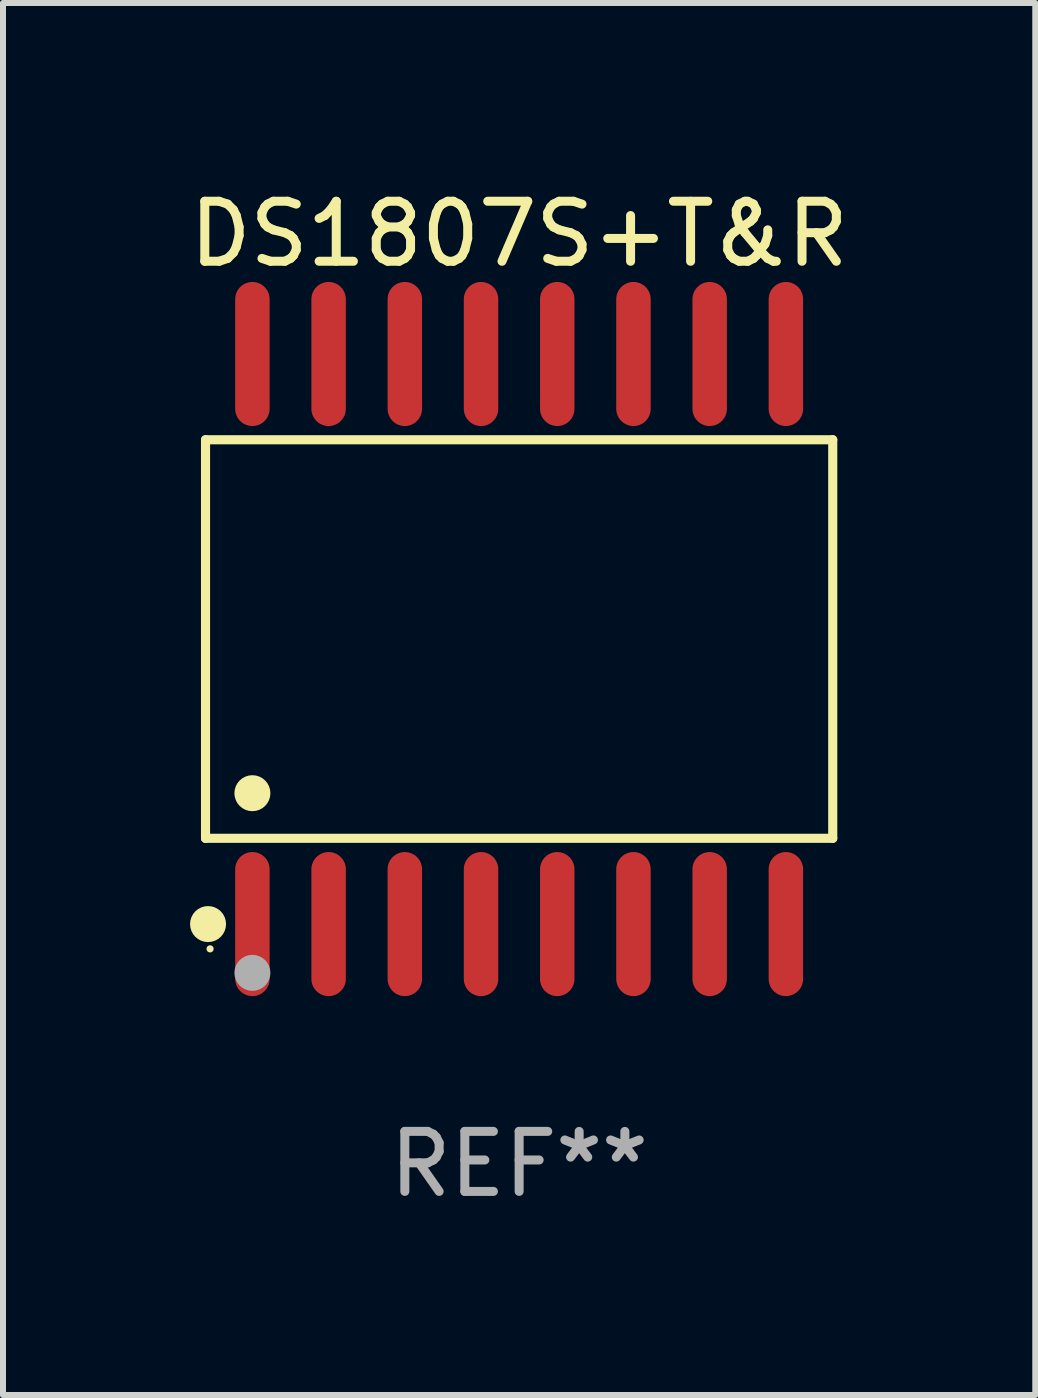
<source format=kicad_pcb>
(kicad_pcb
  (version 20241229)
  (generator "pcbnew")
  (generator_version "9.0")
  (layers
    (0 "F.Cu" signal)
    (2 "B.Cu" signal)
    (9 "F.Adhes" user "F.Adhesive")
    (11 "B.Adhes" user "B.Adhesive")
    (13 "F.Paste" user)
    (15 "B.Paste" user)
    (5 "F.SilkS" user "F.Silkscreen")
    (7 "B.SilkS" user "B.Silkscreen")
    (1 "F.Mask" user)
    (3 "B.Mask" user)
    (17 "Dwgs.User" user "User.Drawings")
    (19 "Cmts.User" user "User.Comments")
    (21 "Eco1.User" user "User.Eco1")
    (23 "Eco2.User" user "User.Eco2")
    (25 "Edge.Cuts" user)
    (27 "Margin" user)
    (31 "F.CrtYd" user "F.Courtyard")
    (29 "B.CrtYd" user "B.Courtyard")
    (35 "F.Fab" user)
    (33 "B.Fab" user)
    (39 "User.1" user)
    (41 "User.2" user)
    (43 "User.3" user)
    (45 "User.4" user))
  (footprint "DS1807S+T&R"
    (layer "F.Cu")
    (at 5.601 7.599)
    (property "Reference" "DS1807S+T&R" (at 0 -6.75 0) (layer "F.SilkS") (effects (font (size 1 1) (thickness 0.15))))
    (attr through_hole)
    (fp_line (start -5.226 -3.321) (end 5.226 -3.321) (stroke (width 0.152) (type solid)) (layer "F.SilkS"))
    (fp_line (start -5.226 3.321) (end -5.226 -3.321) (stroke (width 0.152) (type solid)) (layer "F.SilkS"))
    (fp_line (start 5.226 -3.321) (end 5.226 3.321) (stroke (width 0.152) (type solid)) (layer "F.SilkS"))
    (fp_line (start 5.226 3.321) (end -5.226 3.321) (stroke (width 0.152) (type solid)) (layer "F.SilkS"))
    (fp_circle (center -5.184 4.75) (end -5.034 4.75) (stroke (width 0.3) (type solid)) (fill no) (layer "F.SilkS"))
    (fp_circle (center -5.15 5.163) (end -5.12 5.163) (stroke (width 0.06) (type solid)) (fill no) (layer "F.SilkS"))
    (fp_circle (center -4.445 2.569) (end -4.295 2.569) (stroke (width 0.3) (type solid)) (fill no) (layer "F.SilkS"))
    (fp_circle (center -4.445 5.563) (end -4.295 5.563) (stroke (width 0.3) (type solid)) (fill no) (layer "F.Fab"))
    (fp_text user "REF**" (at 0 8.75 0) (layer "F.Fab") (effects (font (size 1 1) (thickness 0.15))))
    (pad "1" smd oval (at -4.445 4.75) (size 0.574 2.401) (layers "F.Cu" "F.Mask" "F.Paste"))
    (pad "2" smd oval (at -3.175 4.75) (size 0.574 2.401) (layers "F.Cu" "F.Mask" "F.Paste"))
    (pad "3" smd oval (at -1.905 4.75) (size 0.574 2.401) (layers "F.Cu" "F.Mask" "F.Paste"))
    (pad "4" smd oval (at -0.635 4.75) (size 0.574 2.401) (layers "F.Cu" "F.Mask" "F.Paste"))
    (pad "5" smd oval (at 0.635 4.75) (size 0.574 2.401) (layers "F.Cu" "F.Mask" "F.Paste"))
    (pad "6" smd oval (at 1.905 4.75) (size 0.574 2.401) (layers "F.Cu" "F.Mask" "F.Paste"))
    (pad "7" smd oval (at 3.175 4.75) (size 0.574 2.401) (layers "F.Cu" "F.Mask" "F.Paste"))
    (pad "8" smd oval (at 4.445 4.75) (size 0.574 2.401) (layers "F.Cu" "F.Mask" "F.Paste"))
    (pad "9" smd oval (at 4.445 -4.75) (size 0.574 2.401) (layers "F.Cu" "F.Mask" "F.Paste"))
    (pad "10" smd oval (at 3.175 -4.75) (size 0.574 2.401) (layers "F.Cu" "F.Mask" "F.Paste"))
    (pad "11" smd oval (at 1.905 -4.75) (size 0.574 2.401) (layers "F.Cu" "F.Mask" "F.Paste"))
    (pad "12" smd oval (at 0.635 -4.75) (size 0.574 2.401) (layers "F.Cu" "F.Mask" "F.Paste"))
    (pad "13" smd oval (at -0.635 -4.75) (size 0.574 2.401) (layers "F.Cu" "F.Mask" "F.Paste"))
    (pad "14" smd oval (at -1.905 -4.75) (size 0.574 2.401) (layers "F.Cu" "F.Mask" "F.Paste"))
    (pad "15" smd oval (at -3.175 -4.75) (size 0.574 2.401) (layers "F.Cu" "F.Mask" "F.Paste"))
    (pad "16" smd oval (at -4.445 -4.75) (size 0.574 2.401) (layers "F.Cu" "F.Mask" "F.Paste")))
  (gr_rect
    (start -3 -3)
    (end 14.202 20.197)
    (stroke (width 0.1) (type default))
    (fill no)
    (layer "Edge.Cuts")))
</source>
